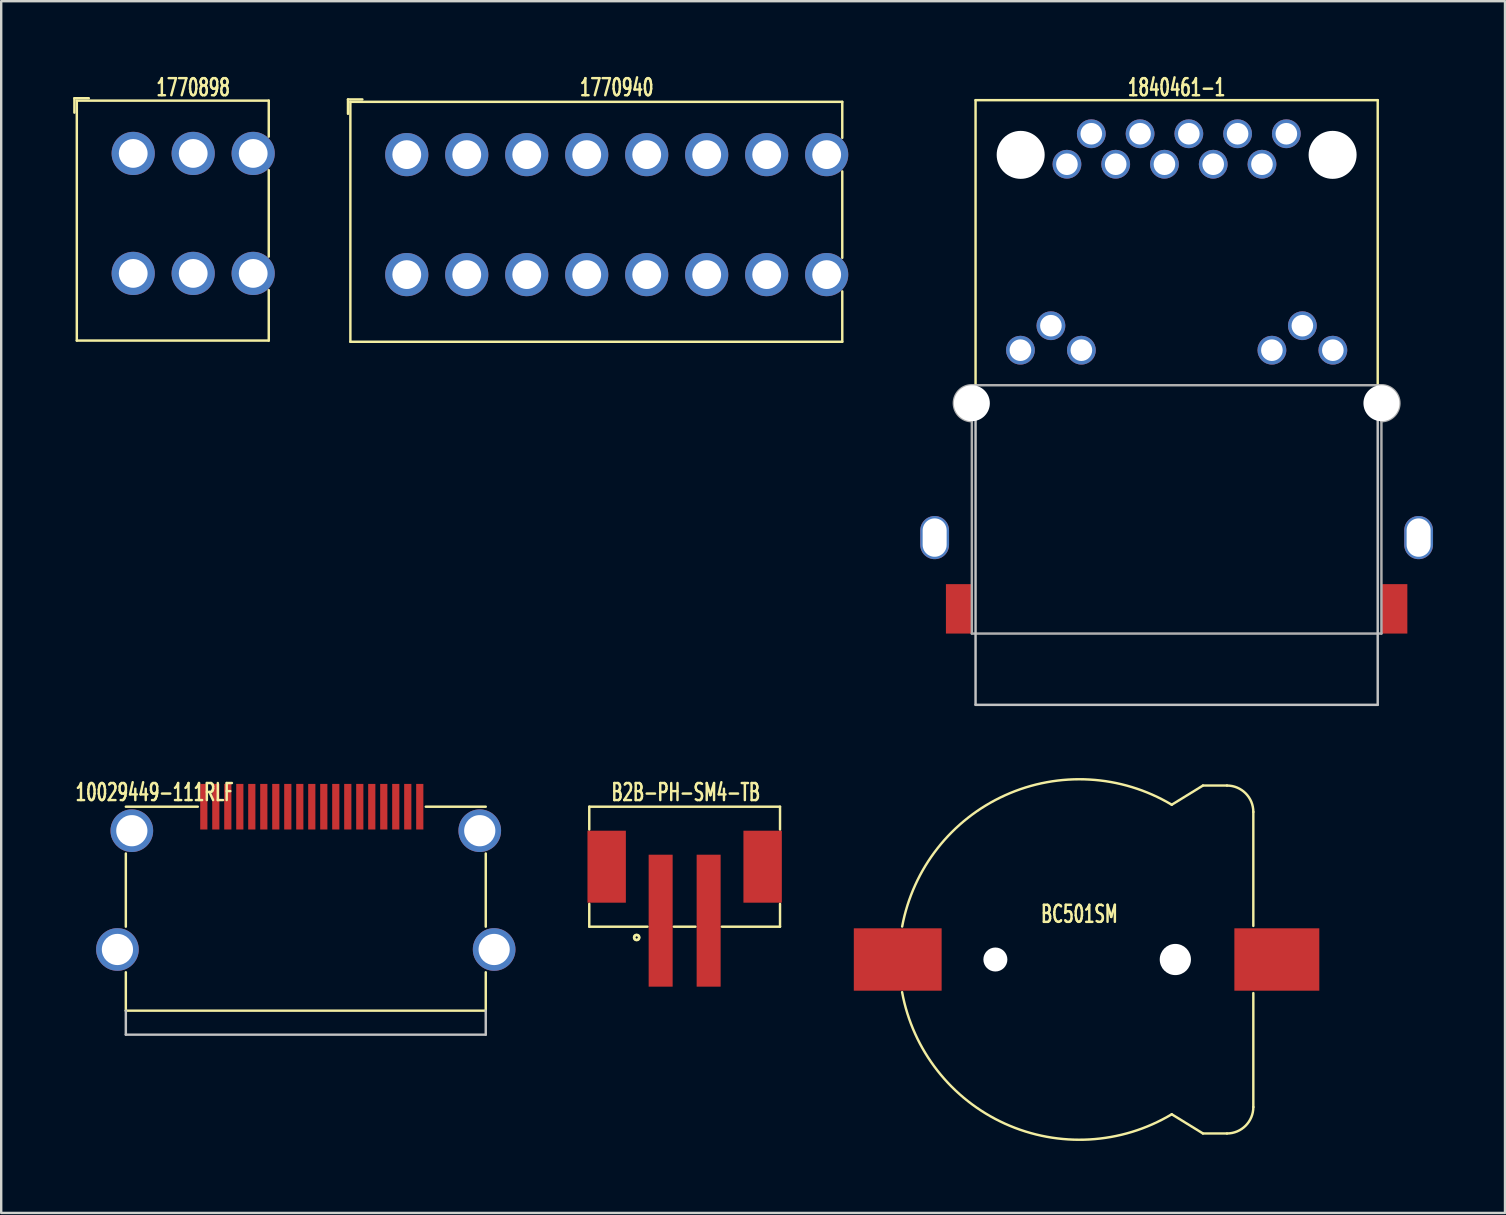
<source format=kicad_pcb>
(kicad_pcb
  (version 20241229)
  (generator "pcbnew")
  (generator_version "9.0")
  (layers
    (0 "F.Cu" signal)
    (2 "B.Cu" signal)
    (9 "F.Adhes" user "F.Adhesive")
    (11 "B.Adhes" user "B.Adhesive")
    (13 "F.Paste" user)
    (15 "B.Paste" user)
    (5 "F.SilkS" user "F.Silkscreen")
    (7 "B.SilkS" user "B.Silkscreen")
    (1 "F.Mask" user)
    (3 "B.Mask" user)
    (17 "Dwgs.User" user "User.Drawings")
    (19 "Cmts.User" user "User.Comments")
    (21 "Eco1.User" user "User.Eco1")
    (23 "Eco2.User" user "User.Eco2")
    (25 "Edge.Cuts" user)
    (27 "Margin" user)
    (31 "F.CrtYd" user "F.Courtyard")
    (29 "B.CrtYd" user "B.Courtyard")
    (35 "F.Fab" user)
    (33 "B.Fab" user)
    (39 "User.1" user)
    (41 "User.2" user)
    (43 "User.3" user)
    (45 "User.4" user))
  (footprint "BC501SM"
    (layer "F.Cu")
    (at 41.933 36.938)
    (property "Reference" "BC501SM" (at 0 -1.894 0) (layer "F.SilkS") (effects (font (size 0.711 0.457) (thickness 0.102))))
    (attr through_hole)
    (fp_line (start 3.85 -6.45) (end 5.15 -7.25) (stroke (width 0.102) (type solid)) (layer "F.SilkS"))
    (fp_line (start 3.85 6.45) (end 5.15 7.25) (stroke (width 0.102) (type solid)) (layer "F.SilkS"))
    (fp_line (start 5.15 -7.25) (end 6.15 -7.25) (stroke (width 0.102) (type solid)) (layer "F.SilkS"))
    (fp_line (start 5.15 7.25) (end 6.15 7.25) (stroke (width 0.102) (type solid)) (layer "F.SilkS"))
    (fp_line (start 7.25 -6.15) (end 7.25 -1.4) (stroke (width 0.102) (type solid)) (layer "F.SilkS"))
    (fp_line (start 7.25 6.15) (end 7.25 1.4) (stroke (width 0.102) (type solid)) (layer "F.SilkS"))
    (fp_arc (start -7.385086 -1.373137) (mid -3.093193 -6.845229) (end 3.85 -6.45) (stroke (width 0.1016) (type solid)) (layer "F.SilkS"))
    (fp_arc (start 3.85 6.45) (mid -3.098895 6.842649) (end -7.387364 1.36083) (stroke (width 0.1016) (type solid)) (layer "F.SilkS"))
    (fp_arc (start 6.15 -7.25) (mid 6.927817 -6.927817) (end 7.25 -6.15) (stroke (width 0.1016) (type solid)) (layer "F.SilkS"))
    (fp_arc (start 7.25 6.15) (mid 6.927817 6.927817) (end 6.15 7.25) (stroke (width 0.1016) (type solid)) (layer "F.SilkS"))
    (pad "" np_thru_hole circle (at -3.5 0) (size 1 1) (drill 1) (layers "*.Cu" "*.Mask"))
    (pad "" np_thru_hole circle (at 4 0) (size 1.3 1.3) (drill 1.3) (layers "*.Cu" "*.Mask"))
    (pad "1" smd rect (at 8.23 0) (size 3.54 2.6) (layers "F.Cu" "F.Mask" "F.Paste"))
    (pad "2" smd rect (at -7.57 0) (size 3.66 2.6) (layers "F.Cu" "F.Mask" "F.Paste")))
  (footprint "10029449-111RLF"
    (layer "F.Cu")
    (at 9.694 30.57)
    (property "Reference" "10029449-111RLF" (at -6.3 -0.6 0) (layer "F.SilkS") (effects (font (size 0.711 0.457) (thickness 0.102))))
    (attr through_hole)
    (fp_line (start -7.5 0) (end -4.5 0) (stroke (width 0.102) (type solid)) (layer "F.SilkS"))
    (fp_line (start -7.5 5) (end -7.5 1.95) (stroke (width 0.102) (type solid)) (layer "F.SilkS"))
    (fp_line (start -7.5 8.5) (end -7.5 6.9) (stroke (width 0.102) (type solid)) (layer "F.SilkS"))
    (fp_line (start -7.5 8.5) (end 7.5 8.5) (stroke (width 0.102) (type solid)) (layer "F.SilkS"))
    (fp_line (start 5 0) (end 7.5 0) (stroke (width 0.102) (type solid)) (layer "F.SilkS"))
    (fp_line (start 7.5 5) (end 7.5 1.95) (stroke (width 0.102) (type solid)) (layer "F.SilkS"))
    (fp_line (start 7.5 6.9) (end 7.5 8.5) (stroke (width 0.102) (type solid)) (layer "F.SilkS"))
    (fp_line (start -7.5 9.5) (end -7.5 8.5) (stroke (width 0.102) (type solid)) (layer "Dwgs.User"))
    (fp_line (start -7.5 9.5) (end 7.5 9.5) (stroke (width 0.102) (type solid)) (layer "Dwgs.User"))
    (fp_line (start 7.5 8.5) (end 7.5 9.5) (stroke (width 0.102) (type solid)) (layer "Dwgs.User"))
    (pad "1" smd rect (at 4.75 0) (size 0.3 1.9) (layers "F.Cu" "F.Mask" "F.Paste"))
    (pad "2" smd rect (at 4.25 0) (size 0.3 1.9) (layers "F.Cu" "F.Mask" "F.Paste"))
    (pad "3" smd rect (at 3.75 0) (size 0.3 1.9) (layers "F.Cu" "F.Mask" "F.Paste"))
    (pad "4" smd rect (at 3.25 0) (size 0.3 1.9) (layers "F.Cu" "F.Mask" "F.Paste"))
    (pad "5" smd rect (at 2.75 0) (size 0.3 1.9) (layers "F.Cu" "F.Mask" "F.Paste"))
    (pad "6" smd rect (at 2.25 0) (size 0.3 1.9) (layers "F.Cu" "F.Mask" "F.Paste"))
    (pad "7" smd rect (at 1.75 0) (size 0.3 1.9) (layers "F.Cu" "F.Mask" "F.Paste"))
    (pad "8" smd rect (at 1.25 0) (size 0.3 1.9) (layers "F.Cu" "F.Mask" "F.Paste"))
    (pad "9" smd rect (at 0.75 0) (size 0.3 1.9) (layers "F.Cu" "F.Mask" "F.Paste"))
    (pad "10" smd rect (at 0.25 0) (size 0.3 1.9) (layers "F.Cu" "F.Mask" "F.Paste"))
    (pad "11" smd rect (at -0.25 0) (size 0.3 1.9) (layers "F.Cu" "F.Mask" "F.Paste"))
    (pad "12" smd rect (at -0.75 0) (size 0.3 1.9) (layers "F.Cu" "F.Mask" "F.Paste"))
    (pad "13" smd rect (at -1.25 0) (size 0.3 1.9) (layers "F.Cu" "F.Mask" "F.Paste"))
    (pad "14" smd rect (at -1.75 0) (size 0.3 1.9) (layers "F.Cu" "F.Mask" "F.Paste"))
    (pad "15" smd rect (at -2.25 0) (size 0.3 1.9) (layers "F.Cu" "F.Mask" "F.Paste"))
    (pad "16" smd rect (at -2.75 0) (size 0.3 1.9) (layers "F.Cu" "F.Mask" "F.Paste"))
    (pad "17" smd rect (at -3.25 0) (size 0.3 1.9) (layers "F.Cu" "F.Mask" "F.Paste"))
    (pad "18" smd rect (at -3.75 0) (size 0.3 1.9) (layers "F.Cu" "F.Mask" "F.Paste"))
    (pad "19" smd rect (at -4.25 0) (size 0.3 1.9) (layers "F.Cu" "F.Mask" "F.Paste"))
    (pad "20" thru_hole circle (at -7.85 5.95) (size 1.778 1.778) (drill 1.3) (layers "*.Cu" "*.Mask"))
    (pad "20" thru_hole circle (at -7.25 1) (size 1.778 1.778) (drill 1.3) (layers "*.Cu" "*.Mask"))
    (pad "20" thru_hole circle (at 7.25 1) (size 1.778 1.778) (drill 1.3) (layers "*.Cu" "*.Mask"))
    (pad "20" thru_hole circle (at 7.85 5.95) (size 1.778 1.778) (drill 1.3) (layers "*.Cu" "*.Mask")))
  (footprint "1770940"
    (layer "F.Cu")
    (at 22.652 8.394)
    (property "Reference" "1770940" (at 0 -7.8 0) (layer "F.SilkS") (effects (font (size 0.711 0.457) (thickness 0.102))))
    (attr through_hole)
    (fp_line (start -11.2 -7.3) (end -11.2 -6.7) (stroke (width 0.102) (type solid)) (layer "F.SilkS"))
    (fp_line (start -11.2 -7.3) (end -10.6 -7.3) (stroke (width 0.102) (type solid)) (layer "F.SilkS"))
    (fp_line (start -11.1 -7.2) (end -11.1 2.8) (stroke (width 0.102) (type solid)) (layer "F.SilkS"))
    (fp_line (start -11.1 2.8) (end 9.4 2.8) (stroke (width 0.102) (type solid)) (layer "F.SilkS"))
    (fp_line (start 9.4 -7.2) (end -11.1 -7.2) (stroke (width 0.102) (type solid)) (layer "F.SilkS"))
    (fp_line (start 9.4 -7.2) (end 9.4 -5.7) (stroke (width 0.102) (type solid)) (layer "F.SilkS"))
    (fp_line (start 9.4 -4.3) (end 9.4 -0.7) (stroke (width 0.102) (type solid)) (layer "F.SilkS"))
    (fp_line (start 9.4 0.7) (end 9.4 2.8) (stroke (width 0.102) (type solid)) (layer "F.SilkS"))
    (pad "1" thru_hole circle (at -8.75 -5) (size 1.8 1.8) (drill 1.2) (layers "*.Cu" "*.Mask"))
    (pad "1" thru_hole circle (at -8.75 0) (size 1.8 1.8) (drill 1.2) (layers "*.Cu" "*.Mask"))
    (pad "2" thru_hole circle (at -6.25 -5) (size 1.8 1.8) (drill 1.2) (layers "*.Cu" "*.Mask"))
    (pad "2" thru_hole circle (at -6.25 0) (size 1.8 1.8) (drill 1.2) (layers "*.Cu" "*.Mask"))
    (pad "3" thru_hole circle (at -3.75 -5) (size 1.8 1.8) (drill 1.2) (layers "*.Cu" "*.Mask"))
    (pad "3" thru_hole circle (at -3.75 0) (size 1.8 1.8) (drill 1.2) (layers "*.Cu" "*.Mask"))
    (pad "4" thru_hole circle (at -1.25 -5) (size 1.8 1.8) (drill 1.2) (layers "*.Cu" "*.Mask"))
    (pad "4" thru_hole circle (at -1.25 0) (size 1.8 1.8) (drill 1.2) (layers "*.Cu" "*.Mask"))
    (pad "5" thru_hole circle (at 1.25 -5) (size 1.8 1.8) (drill 1.2) (layers "*.Cu" "*.Mask"))
    (pad "5" thru_hole circle (at 1.25 0) (size 1.8 1.8) (drill 1.2) (layers "*.Cu" "*.Mask"))
    (pad "6" thru_hole circle (at 3.75 -5) (size 1.8 1.8) (drill 1.2) (layers "*.Cu" "*.Mask"))
    (pad "6" thru_hole circle (at 3.75 0) (size 1.8 1.8) (drill 1.2) (layers "*.Cu" "*.Mask"))
    (pad "7" thru_hole circle (at 6.25 -5) (size 1.8 1.8) (drill 1.2) (layers "*.Cu" "*.Mask"))
    (pad "7" thru_hole circle (at 6.25 0) (size 1.8 1.8) (drill 1.2) (layers "*.Cu" "*.Mask"))
    (pad "8" thru_hole circle (at 8.75 -5) (size 1.8 1.8) (drill 1.2) (layers "*.Cu" "*.Mask"))
    (pad "8" thru_hole circle (at 8.75 0) (size 1.8 1.8) (drill 1.2) (layers "*.Cu" "*.Mask")))
  (footprint "1840461-1"
    (layer "F.Cu")
    (at 45.987 3.794)
    (property "Reference" "1840461-1" (at 0 -3.2 0) (layer "F.SilkS") (effects (font (size 0.711 0.457) (thickness 0.102))))
    (attr through_hole)
    (fp_line (start -8.38 -2.67) (end 8.38 -2.67) (stroke (width 0.102) (type solid)) (layer "F.SilkS"))
    (fp_line (start -8.38 9.21) (end -8.38 -2.67) (stroke (width 0.102) (type solid)) (layer "F.SilkS"))
    (fp_line (start 8.38 -2.67) (end 8.38 9.21) (stroke (width 0.102) (type solid)) (layer "F.SilkS"))
    (fp_line (start -8.38 22.53) (end -8.38 9.21) (stroke (width 0.102) (type solid)) (layer "Dwgs.User"))
    (fp_line (start 8.38 9.21) (end 8.38 22.53) (stroke (width 0.102) (type solid)) (layer "Dwgs.User"))
    (fp_line (start 8.38 22.53) (end -8.38 22.53) (stroke (width 0.102) (type solid)) (layer "Dwgs.User"))
    (fp_line (start -8.535 9.21) (end 8.535 9.21) (stroke (width 0.102) (type solid)) (layer "F.Fab"))
    (fp_line (start -8.535 19.56) (end -8.535 10.71) (stroke (width 0.102) (type solid)) (layer "F.Fab"))
    (fp_line (start -8.535 19.56) (end 8.535 19.56) (stroke (width 0.102) (type solid)) (layer "F.Fab"))
    (fp_line (start 8.535 10.71) (end 8.535 19.56) (stroke (width 0.102) (type solid)) (layer "F.Fab"))
    (fp_arc (start -8.535 10.71) (mid -9.285 9.96) (end -8.535 9.21) (stroke (width 0.1016) (type solid)) (layer "F.Fab"))
    (fp_arc (start 8.535 9.21) (mid 9.285 9.96) (end 8.535 10.71) (stroke (width 0.1016) (type solid)) (layer "F.Fab"))
    (pad "" np_thru_hole circle (at -8.535 9.96) (size 1.5 1.5) (drill 1.5) (layers "*.Cu" "*.Mask"))
    (pad "" np_thru_hole circle (at -6.5 -0.39) (size 2 2) (drill 2) (layers "*.Cu" "*.Mask"))
    (pad "" np_thru_hole circle (at 6.5 -0.39) (size 2 2) (drill 2) (layers "*.Cu" "*.Mask"))
    (pad "" np_thru_hole circle (at 8.535 9.96) (size 1.5 1.5) (drill 1.5) (layers "*.Cu" "*.Mask"))
    (pad "1" thru_hole circle (at -4.572 0) (size 1.2 1.2) (drill 0.9) (layers "*.Cu" "*.Mask"))
    (pad "2" thru_hole circle (at -3.556 -1.27) (size 1.2 1.2) (drill 0.9) (layers "*.Cu" "*.Mask"))
    (pad "3" thru_hole circle (at -2.54 0) (size 1.2 1.2) (drill 0.9) (layers "*.Cu" "*.Mask"))
    (pad "4" thru_hole circle (at -1.524 -1.27) (size 1.2 1.2) (drill 0.9) (layers "*.Cu" "*.Mask"))
    (pad "5" thru_hole circle (at -0.508 0) (size 1.2 1.2) (drill 0.9) (layers "*.Cu" "*.Mask"))
    (pad "6" thru_hole circle (at 0.508 -1.27) (size 1.2 1.2) (drill 0.9) (layers "*.Cu" "*.Mask"))
    (pad "7" thru_hole circle (at 1.524 0) (size 1.2 1.2) (drill 0.9) (layers "*.Cu" "*.Mask"))
    (pad "8" thru_hole circle (at 2.54 -1.27) (size 1.2 1.2) (drill 0.9) (layers "*.Cu" "*.Mask"))
    (pad "9" thru_hole circle (at 3.556 0) (size 1.2 1.2) (drill 0.9) (layers "*.Cu" "*.Mask"))
    (pad "10" thru_hole circle (at 4.572 -1.27) (size 1.2 1.2) (drill 0.9) (layers "*.Cu" "*.Mask"))
    (pad "11" thru_hole circle (at -6.51 7.75) (size 1.2 1.2) (drill 0.9) (layers "*.Cu" "*.Mask"))
    (pad "12" thru_hole circle (at -5.24 6.73) (size 1.2 1.2) (drill 0.9) (layers "*.Cu" "*.Mask"))
    (pad "13" thru_hole circle (at -3.97 7.75) (size 1.2 1.2) (drill 0.9) (layers "*.Cu" "*.Mask"))
    (pad "14" thru_hole circle (at 3.97 7.75) (size 1.2 1.2) (drill 0.9) (layers "*.Cu" "*.Mask"))
    (pad "15" thru_hole circle (at 6.51 7.75) (size 1.2 1.2) (drill 0.9) (layers "*.Cu" "*.Mask"))
    (pad "16" thru_hole circle (at 5.24 6.73) (size 1.2 1.2) (drill 0.9) (layers "*.Cu" "*.Mask"))
    (pad "17" thru_hole oval (at -10.085 15.56) (size 1.2 1.8) (drill oval 1 1.6) (layers "*.Cu" "*.Mask"))
    (pad "17" smd rect (at -9.075 18.53) (size 1.08 2.06) (layers "F.Cu" "F.Mask" "F.Paste"))
    (pad "17" smd rect (at 9.075 18.53) (size 1.08 2.06) (layers "F.Cu" "F.Mask" "F.Paste"))
    (pad "17" thru_hole oval (at 10.085 15.56) (size 1.2 1.8) (drill oval 1 1.6) (layers "*.Cu" "*.Mask")))
  (footprint "B2B-PH-SM4-TB"
    (layer "F.Cu")
    (at 25.483 35.32)
    (property "Reference" "B2B-PH-SM4-TB" (at 0.05 -5.35 0) (layer "F.SilkS") (effects (font (size 0.711 0.457) (thickness 0.102))))
    (attr through_hole)
    (fp_line (start -3.975 -4.75) (end -3.975 -3.8) (stroke (width 0.102) (type solid)) (layer "F.SilkS"))
    (fp_line (start -3.975 -4.75) (end 3.975 -4.75) (stroke (width 0.102) (type solid)) (layer "F.SilkS"))
    (fp_line (start -3.975 0.25) (end -3.975 -0.7) (stroke (width 0.102) (type solid)) (layer "F.SilkS"))
    (fp_line (start -3.975 0.25) (end -1.55 0.25) (stroke (width 0.102) (type solid)) (layer "F.SilkS"))
    (fp_line (start -0.45 0.25) (end 0.45 0.25) (stroke (width 0.102) (type solid)) (layer "F.SilkS"))
    (fp_line (start 1.55 0.25) (end 3.975 0.25) (stroke (width 0.102) (type solid)) (layer "F.SilkS"))
    (fp_line (start 3.975 -4.75) (end 3.975 -3.8) (stroke (width 0.102) (type solid)) (layer "F.SilkS"))
    (fp_line (start 3.975 0.25) (end 3.975 -0.7) (stroke (width 0.102) (type solid)) (layer "F.SilkS"))
    (fp_circle (center -2 0.7) (end -2 0.65) (stroke (width 0.102) (type solid)) (fill no) (layer "F.SilkS"))
    (fp_circle (center -2 0.7) (end -1.95 0.6) (stroke (width 0.102) (type solid)) (fill no) (layer "F.SilkS"))
    (pad "1" smd rect (at -1 0) (size 1 5.5) (layers "F.Cu" "F.Mask" "F.Paste"))
    (pad "2" smd rect (at 1 0) (size 1 5.5) (layers "F.Cu" "F.Mask" "F.Paste"))
    (pad "3" smd rect (at -3.25 -2.25) (size 1.6 3) (layers "F.Cu" "F.Mask" "F.Paste"))
    (pad "3" smd rect (at 3.25 -2.25) (size 1.6 3) (layers "F.Cu" "F.Mask" "F.Paste")))
  (footprint "1770898"
    (layer "F.Cu")
    (at 5.001 8.344)
    (property "Reference" "1770898" (at 0 -7.75 0) (layer "F.SilkS") (effects (font (size 0.711 0.457) (thickness 0.102))))
    (attr through_hole)
    (fp_line (start -4.95 -7.3) (end -4.95 -6.7) (stroke (width 0.102) (type solid)) (layer "F.SilkS"))
    (fp_line (start -4.95 -7.3) (end -4.35 -7.3) (stroke (width 0.102) (type solid)) (layer "F.SilkS"))
    (fp_line (start -4.85 -7.2) (end -4.85 2.8) (stroke (width 0.102) (type solid)) (layer "F.SilkS"))
    (fp_line (start -4.85 2.8) (end 3.15 2.8) (stroke (width 0.102) (type solid)) (layer "F.SilkS"))
    (fp_line (start 3.15 -7.2) (end -4.85 -7.2) (stroke (width 0.102) (type solid)) (layer "F.SilkS"))
    (fp_line (start 3.15 -7.2) (end 3.15 -5.7) (stroke (width 0.102) (type solid)) (layer "F.SilkS"))
    (fp_line (start 3.15 -4.3) (end 3.15 -0.7) (stroke (width 0.102) (type solid)) (layer "F.SilkS"))
    (fp_line (start 3.15 0.7) (end 3.15 2.8) (stroke (width 0.102) (type solid)) (layer "F.SilkS"))
    (pad "1" thru_hole circle (at -2.5 -5) (size 1.8 1.8) (drill 1.2) (layers "*.Cu" "*.Mask"))
    (pad "1" thru_hole circle (at -2.5 0) (size 1.8 1.8) (drill 1.2) (layers "*.Cu" "*.Mask"))
    (pad "2" thru_hole circle (at 0 -5) (size 1.8 1.8) (drill 1.2) (layers "*.Cu" "*.Mask"))
    (pad "2" thru_hole circle (at 0 0) (size 1.8 1.8) (drill 1.2) (layers "*.Cu" "*.Mask"))
    (pad "3" thru_hole circle (at 2.5 -5) (size 1.8 1.8) (drill 1.2) (layers "*.Cu" "*.Mask"))
    (pad "3" thru_hole circle (at 2.5 0) (size 1.8 1.8) (drill 1.2) (layers "*.Cu" "*.Mask")))
  (gr_rect
    (start -3 -3)
    (end 59.672 47.5)
    (stroke (width 0.1) (type default))
    (fill no)
    (layer "Edge.Cuts")))
</source>
